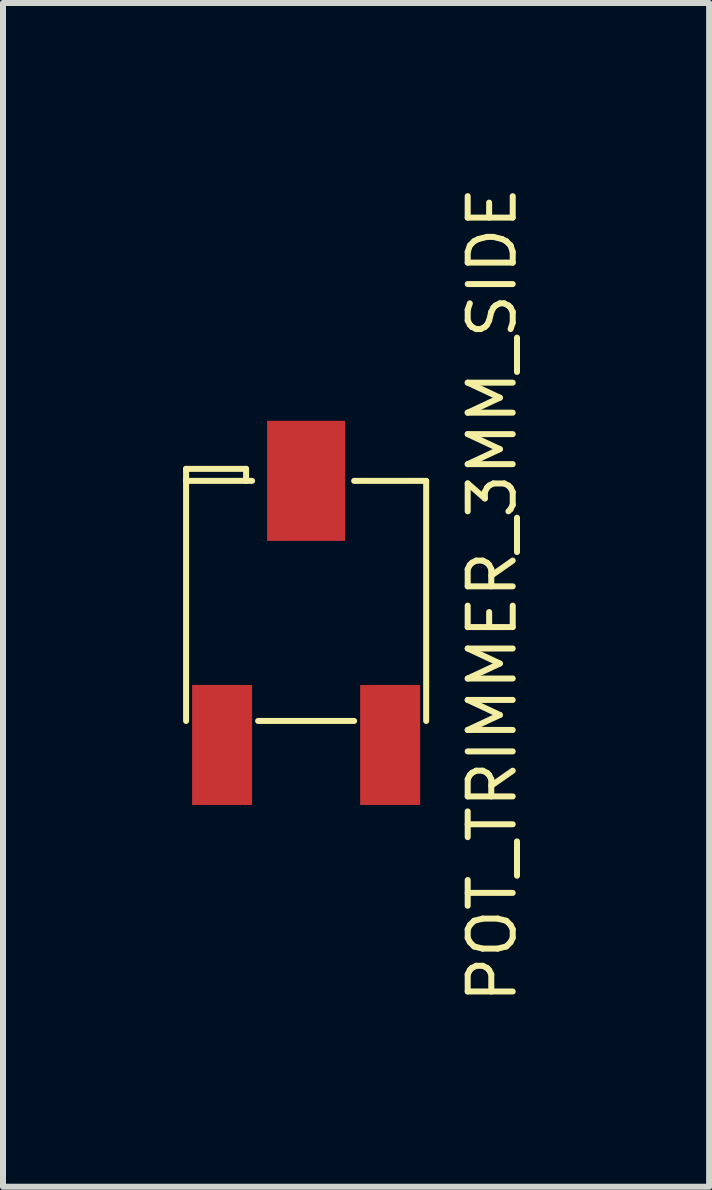
<source format=kicad_pcb>
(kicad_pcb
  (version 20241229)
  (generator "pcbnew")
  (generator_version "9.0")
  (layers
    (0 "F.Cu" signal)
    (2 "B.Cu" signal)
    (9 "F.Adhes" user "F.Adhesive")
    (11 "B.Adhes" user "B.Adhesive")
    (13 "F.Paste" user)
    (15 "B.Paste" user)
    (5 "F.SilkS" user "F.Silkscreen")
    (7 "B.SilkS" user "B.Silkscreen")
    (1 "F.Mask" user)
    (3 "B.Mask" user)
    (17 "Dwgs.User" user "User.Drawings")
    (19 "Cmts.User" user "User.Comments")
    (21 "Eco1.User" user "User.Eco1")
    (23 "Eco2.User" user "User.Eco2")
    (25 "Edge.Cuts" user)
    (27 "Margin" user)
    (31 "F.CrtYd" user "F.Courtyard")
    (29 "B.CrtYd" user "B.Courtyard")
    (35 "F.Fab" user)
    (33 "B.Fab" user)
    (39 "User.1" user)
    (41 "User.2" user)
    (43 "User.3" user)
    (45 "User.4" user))
  (footprint "POT_TRIMMER_3MM_SIDE"
    (layer "F.Cu")
    (at 2.05 4.961)
    (property "Reference" "POT_TRIMMER_3MM_SIDE" (at 3.1 1.9 90) (layer "F.SilkS") (effects (font (size 0.75 0.75) (thickness 0.1))))
    (attr through_hole)
    (fp_line (start -2 -0.2) (end -1 -0.2) (stroke (width 0.1) (type solid)) (layer "F.SilkS"))
    (fp_line (start -2 0) (end -2 -0.2) (stroke (width 0.1) (type solid)) (layer "F.SilkS"))
    (fp_line (start -2 0) (end -2 4) (stroke (width 0.1) (type solid)) (layer "F.SilkS"))
    (fp_line (start -1 -0.2) (end -1 0) (stroke (width 0.1) (type solid)) (layer "F.SilkS"))
    (fp_line (start -0.9 0) (end -2 0) (stroke (width 0.1) (type solid)) (layer "F.SilkS"))
    (fp_line (start -0.8 4) (end 0.8 4) (stroke (width 0.1) (type solid)) (layer "F.SilkS"))
    (fp_line (start 2 0) (end 0.8 0) (stroke (width 0.1) (type solid)) (layer "F.SilkS"))
    (fp_line (start 2 4) (end 2 0) (stroke (width 0.1) (type solid)) (layer "F.SilkS"))
    (pad "1" smd rect (at 1.4 4.4) (size 1 2) (layers "F.Cu" "F.Mask" "F.Paste"))
    (pad "2" smd rect (at -1.4 4.4) (size 1 2) (layers "F.Cu" "F.Mask" "F.Paste"))
    (pad "3" smd rect (at 0 0) (size 1.3 2) (layers "F.Cu" "F.Mask" "F.Paste")))
  (gr_rect
    (start -3 -3)
    (end 8.764 16.721)
    (stroke (width 0.1) (type default))
    (fill no)
    (layer "Edge.Cuts")))
</source>
